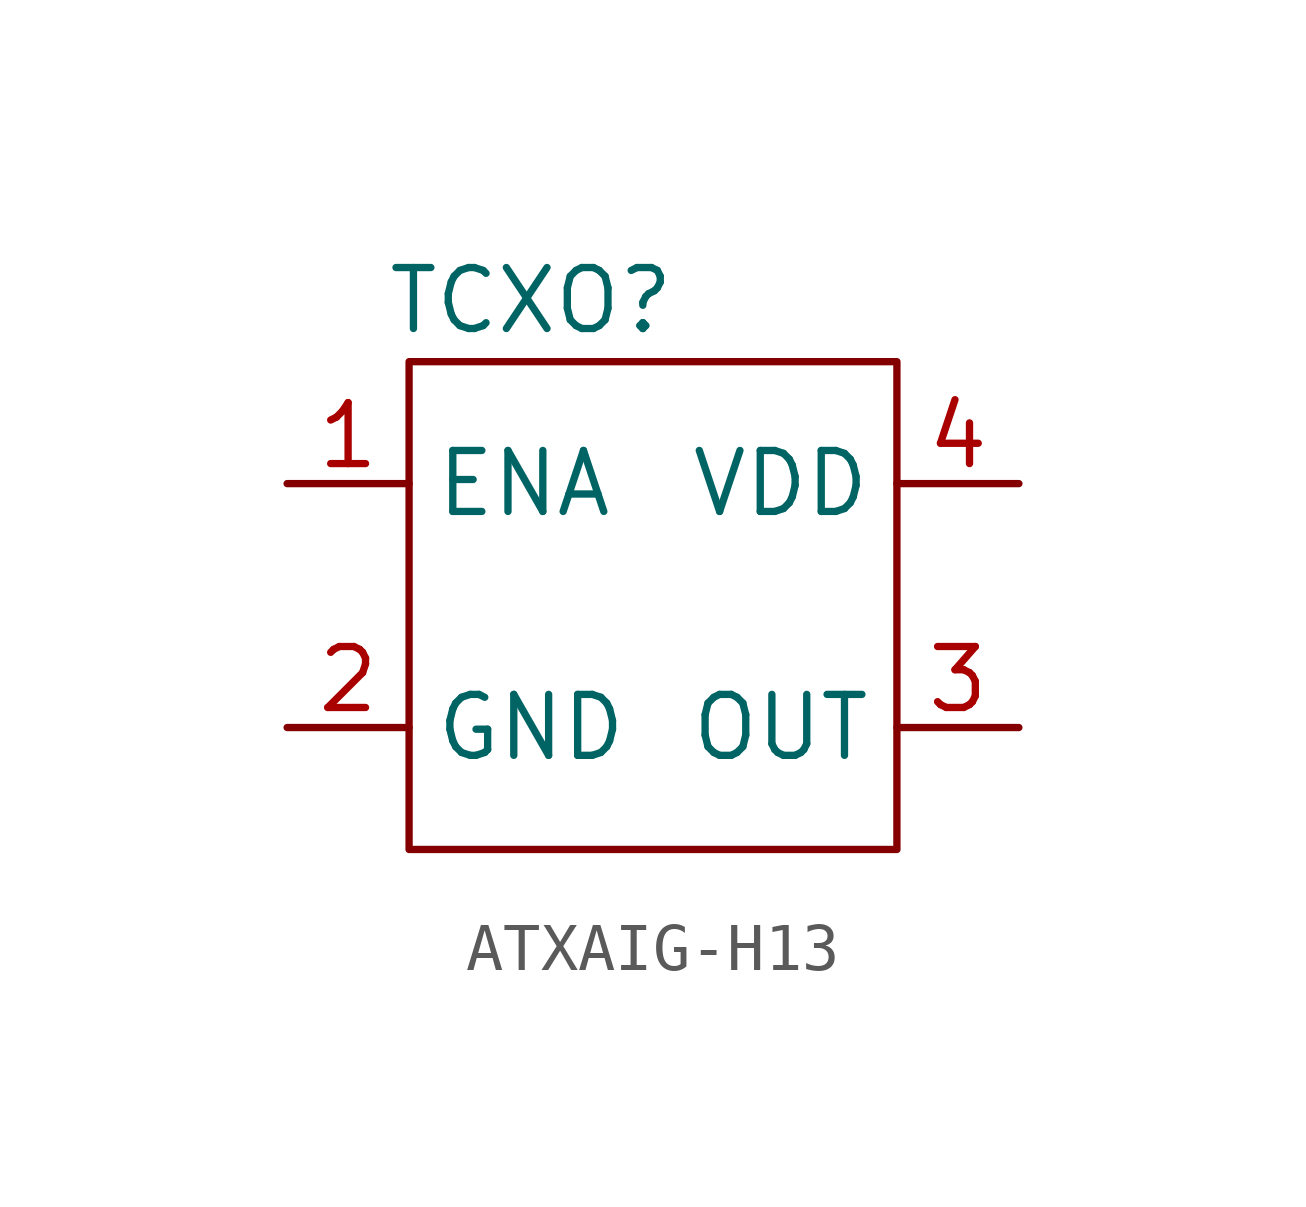
<source format=kicad_sym>
(kicad_symbol_lib
  (version 20220914)
  (generator kicad_symbol_editor)
  (symbol "ATXAIG-H13"
    (property "Reference" "TCXO"
      (at 0 0 0)
      (effects (font (size 1.27 1.27))))
    (property "Value" ""
      (at 0 0 0)
      (effects (font (size 1.27 1.27))))
    (symbol "ATXAIG-H13_0_1"
      (rectangle (start -2.54 -1.27) (end 7.62 -11.43) (stroke (width 0) (type default)) (fill (type none))))
    (symbol "ATXAIG-H13_1_0"
      (pin input line (at -5.08 -3.81 0) (length 2.54) (name "ENA" (effects (font (size 1.27 1.27)))) (number "1" (effects (font (size 1.27 1.27)))))
      (pin power_in line (at -5.08 -8.89 0) (length 2.54) (name "GND" (effects (font (size 1.27 1.27)))) (number "2" (effects (font (size 1.27 1.27)))))
      (pin output line (at 10.16 -8.89 180) (length 2.54) (name "OUT" (effects (font (size 1.27 1.27)))) (number "3" (effects (font (size 1.27 1.27)))))
      (pin power_in line (at 10.16 -3.81 180) (length 2.54) (name "VDD" (effects (font (size 1.27 1.27)))) (number "4" (effects (font (size 1.27 1.27))))))))
</source>
